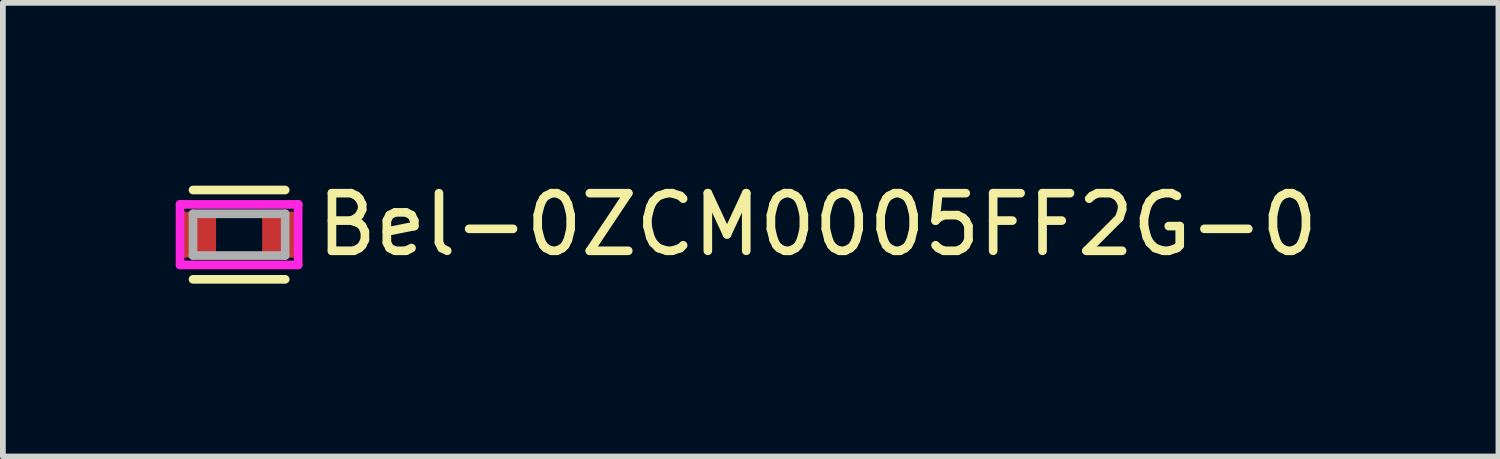
<source format=kicad_pcb>
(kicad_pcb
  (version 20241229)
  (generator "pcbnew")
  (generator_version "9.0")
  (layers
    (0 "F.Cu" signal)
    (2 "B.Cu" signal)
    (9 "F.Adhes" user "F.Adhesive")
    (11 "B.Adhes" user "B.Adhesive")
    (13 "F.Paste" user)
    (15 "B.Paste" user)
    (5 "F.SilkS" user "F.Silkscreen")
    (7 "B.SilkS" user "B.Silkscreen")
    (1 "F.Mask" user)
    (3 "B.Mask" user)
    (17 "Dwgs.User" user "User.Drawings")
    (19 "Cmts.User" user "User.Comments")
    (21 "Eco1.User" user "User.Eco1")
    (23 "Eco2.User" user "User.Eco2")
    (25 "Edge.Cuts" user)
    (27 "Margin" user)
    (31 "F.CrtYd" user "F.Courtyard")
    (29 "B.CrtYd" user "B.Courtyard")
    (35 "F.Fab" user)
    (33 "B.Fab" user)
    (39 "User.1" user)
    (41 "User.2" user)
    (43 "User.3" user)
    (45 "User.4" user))
  (footprint "Bel-0ZCM0005FF2G-0"
    (layer "F.Cu")
    (at 1.1 1.023)
    (property "Reference" "Bel-0ZCM0005FF2G-0" (at 1.275 -0.175 0) (layer "F.SilkS") (effects (font (size 1 1) (thickness 0.15)) (justify left)))
    (attr through_hole)
    (fp_line (start -0.8 -0.775) (end 0.8 -0.775) (stroke (width 0.15) (type solid)) (layer "F.SilkS"))
    (fp_line (start -0.8 0.775) (end 0.8 0.775) (stroke (width 0.15) (type solid)) (layer "F.SilkS"))
    (fp_line (start -1.025 -0.525) (end -1.025 0.525) (stroke (width 0.15) (type solid)) (layer "F.CrtYd"))
    (fp_line (start -1.025 0.525) (end 1.025 0.525) (stroke (width 0.15) (type solid)) (layer "F.CrtYd"))
    (fp_line (start 1.025 -0.525) (end -1.025 -0.525) (stroke (width 0.15) (type solid)) (layer "F.CrtYd"))
    (fp_line (start 1.025 -0.525) (end 1.025 -0.525) (stroke (width 0.15) (type solid)) (layer "F.CrtYd"))
    (fp_line (start 1.025 0.525) (end 1.025 -0.525) (stroke (width 0.15) (type solid)) (layer "F.CrtYd"))
    (fp_line (start -0.8 -0.362) (end 0.8 -0.362) (stroke (width 0.15) (type solid)) (layer "F.Fab"))
    (fp_line (start -0.8 0.362) (end -0.8 -0.362) (stroke (width 0.15) (type solid)) (layer "F.Fab"))
    (fp_line (start 0.8 -0.362) (end 0.8 0.362) (stroke (width 0.15) (type solid)) (layer "F.Fab"))
    (fp_line (start 0.8 0.362) (end -0.8 0.362) (stroke (width 0.15) (type solid)) (layer "F.Fab"))
    (pad "1" smd rect (at -0.7 0) (size 0.6 0.8) (layers "F.Cu" "F.Mask" "F.Paste"))
    (pad "2" smd rect (at 0.7 0) (size 0.6 0.8) (layers "F.Cu" "F.Mask" "F.Paste")))
  (gr_rect
    (start -3 -3)
    (end 22.958 4.873)
    (stroke (width 0.1) (type default))
    (fill no)
    (layer "Edge.Cuts")))
</source>
